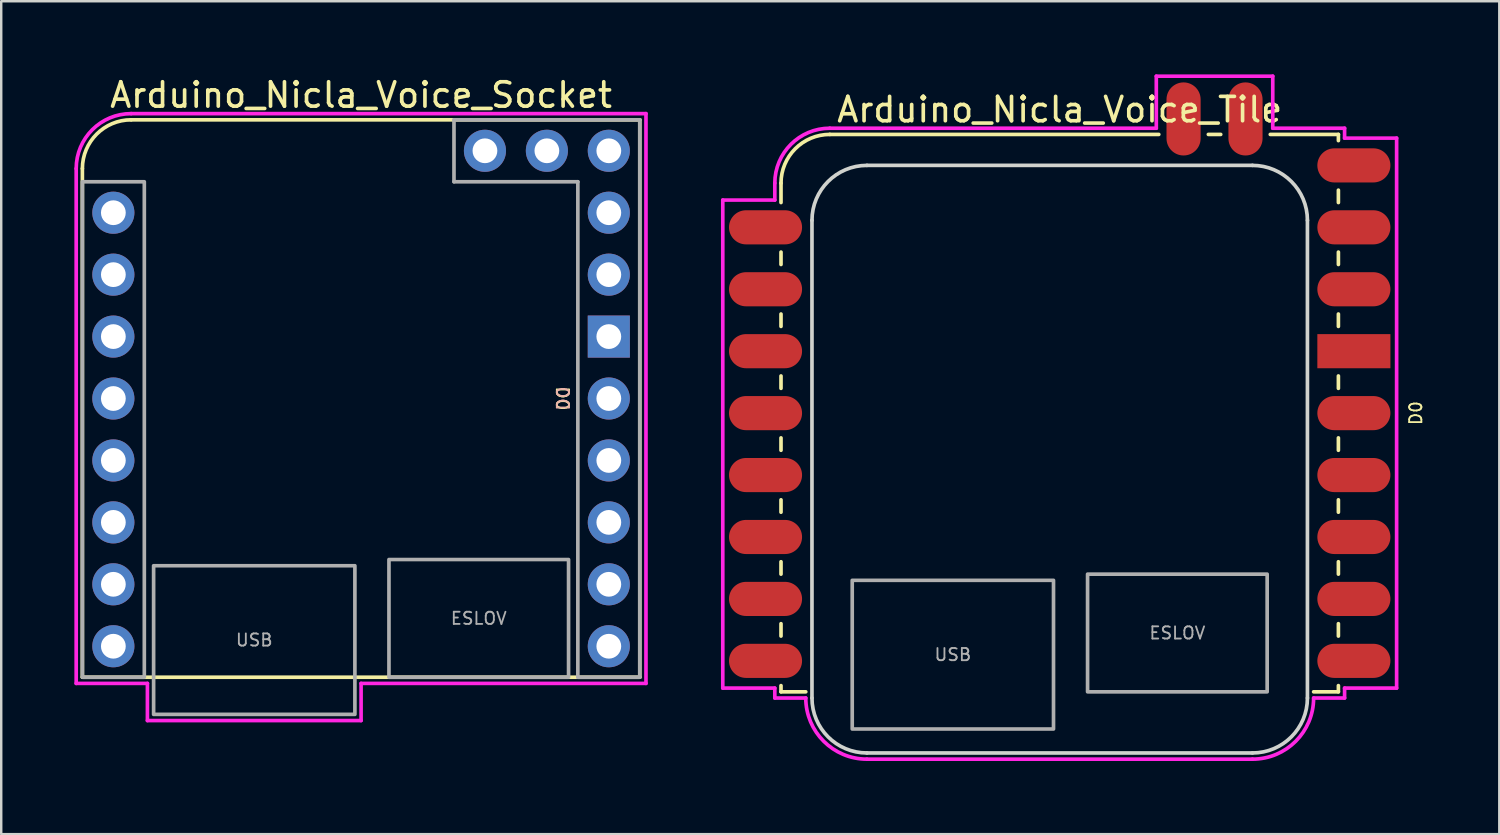
<source format=kicad_pcb>
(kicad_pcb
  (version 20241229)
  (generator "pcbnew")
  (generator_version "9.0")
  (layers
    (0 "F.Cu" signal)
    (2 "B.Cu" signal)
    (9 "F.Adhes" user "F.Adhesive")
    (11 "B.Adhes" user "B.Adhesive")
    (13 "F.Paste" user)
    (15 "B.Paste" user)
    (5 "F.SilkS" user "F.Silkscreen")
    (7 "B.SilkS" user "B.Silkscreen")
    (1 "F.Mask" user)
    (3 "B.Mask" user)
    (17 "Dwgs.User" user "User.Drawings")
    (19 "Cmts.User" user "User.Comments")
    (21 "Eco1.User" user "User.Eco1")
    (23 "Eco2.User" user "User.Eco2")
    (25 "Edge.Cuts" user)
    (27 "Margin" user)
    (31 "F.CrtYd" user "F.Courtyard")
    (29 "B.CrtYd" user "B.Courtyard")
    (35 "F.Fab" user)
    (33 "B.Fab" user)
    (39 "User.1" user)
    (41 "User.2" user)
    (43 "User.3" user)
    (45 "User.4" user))
  (footprint "Arduino_Nicla_Voice_Tile"
    (layer "F.Cu")
    (at 28.981 2.463)
    (property "Reference" "Arduino_Nicla_Voice_Tile" (at 11.43 -1.016 0) (unlocked yes) (layer "F.SilkS") (effects (font (size 1 1) (thickness 0.15))))
    (attr smd)
    (fp_line (start 0 2) (end 0 2.794) (stroke (width 0.15) (type solid)) (layer "F.SilkS"))
    (fp_line (start 0 4.826) (end 0 5.334) (stroke (width 0.15) (type solid)) (layer "F.SilkS"))
    (fp_line (start 0 7.366) (end 0 7.874) (stroke (width 0.15) (type solid)) (layer "F.SilkS"))
    (fp_line (start 0 9.906) (end 0 10.414) (stroke (width 0.15) (type solid)) (layer "F.SilkS"))
    (fp_line (start 0 12.446) (end 0 12.954) (stroke (width 0.15) (type solid)) (layer "F.SilkS"))
    (fp_line (start 0 14.986) (end 0 15.494) (stroke (width 0.15) (type solid)) (layer "F.SilkS"))
    (fp_line (start 0 17.526) (end 0 18.034) (stroke (width 0.15) (type solid)) (layer "F.SilkS"))
    (fp_line (start 0 20.066) (end 0 20.574) (stroke (width 0.15) (type solid)) (layer "F.SilkS"))
    (fp_line (start 0 22.606) (end 0 22.86) (stroke (width 0.15) (type solid)) (layer "F.SilkS"))
    (fp_line (start 0 22.86) (end 1.016 22.86) (stroke (width 0.15) (type solid)) (layer "F.SilkS"))
    (fp_line (start 2 0) (end 15.494 0) (stroke (width 0.15) (type solid)) (layer "F.SilkS"))
    (fp_line (start 17.526 0) (end 18.034 0) (stroke (width 0.15) (type solid)) (layer "F.SilkS"))
    (fp_line (start 20.066 0) (end 22.86 0) (stroke (width 0.15) (type solid)) (layer "F.SilkS"))
    (fp_line (start 21.844 22.86) (end 22.86 22.86) (stroke (width 0.15) (type solid)) (layer "F.SilkS"))
    (fp_line (start 22.86 0) (end 22.86 0.254) (stroke (width 0.15) (type solid)) (layer "F.SilkS"))
    (fp_line (start 22.86 2.286) (end 22.86 2.794) (stroke (width 0.15) (type solid)) (layer "F.SilkS"))
    (fp_line (start 22.86 4.826) (end 22.86 5.334) (stroke (width 0.15) (type solid)) (layer "F.SilkS"))
    (fp_line (start 22.86 7.366) (end 22.86 7.874) (stroke (width 0.15) (type solid)) (layer "F.SilkS"))
    (fp_line (start 22.86 9.906) (end 22.86 10.414) (stroke (width 0.15) (type solid)) (layer "F.SilkS"))
    (fp_line (start 22.86 12.446) (end 22.86 12.954) (stroke (width 0.15) (type solid)) (layer "F.SilkS"))
    (fp_line (start 22.86 14.986) (end 22.86 15.494) (stroke (width 0.15) (type solid)) (layer "F.SilkS"))
    (fp_line (start 22.86 17.526) (end 22.86 18.034) (stroke (width 0.15) (type solid)) (layer "F.SilkS"))
    (fp_line (start 22.86 20.066) (end 22.86 20.574) (stroke (width 0.15) (type solid)) (layer "F.SilkS"))
    (fp_line (start 22.86 22.606) (end 22.86 22.86) (stroke (width 0.15) (type solid)) (layer "F.SilkS"))
    (fp_arc (start 0 2) (mid 0.585786 0.585786) (end 2 0) (stroke (width 0.15) (type solid)) (layer "F.SilkS"))
    (fp_line (start 1.27 23.114) (end 1.27 3.524) (stroke (width 0.15) (type solid)) (layer "Edge.Cuts"))
    (fp_line (start 3.524 1.27) (end 19.336 1.27) (stroke (width 0.15) (type solid)) (layer "Edge.Cuts"))
    (fp_line (start 3.524 25.368) (end 19.336 25.368) (stroke (width 0.15) (type solid)) (layer "Edge.Cuts"))
    (fp_line (start 21.59 3.524) (end 21.59 23.114) (stroke (width 0.15) (type solid)) (layer "Edge.Cuts"))
    (fp_arc (start 1.27 3.524) (mid 1.930181 1.930181) (end 3.524 1.27) (stroke (width 0.15) (type solid)) (layer "Edge.Cuts"))
    (fp_arc (start 3.524 25.368) (mid 1.930181 24.707819) (end 1.27 23.114) (stroke (width 0.15) (type solid)) (layer "Edge.Cuts"))
    (fp_arc (start 19.336 1.27) (mid 20.929819 1.930181) (end 21.59 3.524) (stroke (width 0.15) (type solid)) (layer "Edge.Cuts"))
    (fp_arc (start 21.59 23.114) (mid 20.929819 24.707819) (end 19.336 25.368) (stroke (width 0.15) (type solid)) (layer "Edge.Cuts"))
    (fp_line (start -2.388 2.692) (end -2.388 22.708) (stroke (width 0.15) (type solid)) (layer "F.CrtYd"))
    (fp_line (start -2.388 2.692) (end -0.254 2.692) (stroke (width 0.15) (type solid)) (layer "F.CrtYd"))
    (fp_line (start -2.388 22.708) (end -0.254 22.708) (stroke (width 0.15) (type solid)) (layer "F.CrtYd"))
    (fp_line (start -0.254 2.692) (end -0.254 2) (stroke (width 0.15) (type solid)) (layer "F.CrtYd"))
    (fp_line (start -0.254 22.708) (end -0.254 23.114) (stroke (width 0.15) (type solid)) (layer "F.CrtYd"))
    (fp_line (start -0.254 23.114) (end 1.016 23.114) (stroke (width 0.15) (type solid)) (layer "F.CrtYd"))
    (fp_line (start 3.524 25.622) (end 19.336 25.622) (stroke (width 0.15) (type solid)) (layer "F.CrtYd"))
    (fp_line (start 15.392 -2.388) (end 20.168 -2.388) (stroke (width 0.15) (type solid)) (layer "F.CrtYd"))
    (fp_line (start 15.392 -0.254) (end 2 -0.254) (stroke (width 0.15) (type solid)) (layer "F.CrtYd"))
    (fp_line (start 15.392 -0.254) (end 15.392 -2.388) (stroke (width 0.15) (type solid)) (layer "F.CrtYd"))
    (fp_line (start 20.168 -2.388) (end 20.168 -0.254) (stroke (width 0.15) (type solid)) (layer "F.CrtYd"))
    (fp_line (start 21.844 23.114) (end 23.114 23.114) (stroke (width 0.15) (type solid)) (layer "F.CrtYd"))
    (fp_line (start 23.114 -0.254) (end 20.168 -0.254) (stroke (width 0.15) (type solid)) (layer "F.CrtYd"))
    (fp_line (start 23.114 -0.254) (end 23.114 0.152) (stroke (width 0.15) (type solid)) (layer "F.CrtYd"))
    (fp_line (start 23.114 22.708) (end 23.114 23.114) (stroke (width 0.15) (type solid)) (layer "F.CrtYd"))
    (fp_line (start 25.248 0.152) (end 23.114 0.152) (stroke (width 0.15) (type solid)) (layer "F.CrtYd"))
    (fp_line (start 25.248 0.152) (end 25.248 22.708) (stroke (width 0.15) (type solid)) (layer "F.CrtYd"))
    (fp_line (start 25.248 22.708) (end 23.114 22.708) (stroke (width 0.15) (type solid)) (layer "F.CrtYd"))
    (fp_arc (start -0.254 2) (mid 0.406181 0.406181) (end 2 -0.254) (stroke (width 0.15) (type solid)) (layer "F.CrtYd"))
    (fp_arc (start 3.524 25.622) (mid 1.750576 24.887424) (end 1.016 23.114) (stroke (width 0.15) (type solid)) (layer "F.CrtYd"))
    (fp_arc (start 21.844 23.114) (mid 21.109424 24.887424) (end 19.336 25.622) (stroke (width 0.15) (type solid)) (layer "F.CrtYd"))
    (fp_rect (start 2.921 18.288) (end 11.176 24.385) (stroke (width 0.15) (type solid)) (fill no) (layer "F.Fab"))
    (fp_rect (start 12.573 18.034) (end 19.939 22.86) (stroke (width 0.15) (type solid)) (fill no) (layer "F.Fab"))
    (fp_text user "D0" (at 26.035 11.43 90) (unlocked yes) (layer "F.SilkS") (effects (font (size 0.5 0.5) (thickness 0.075))))
    (fp_text user "ESLOV" (at 16.256 20.447 0) (layer "F.Fab") (effects (font (size 0.5 0.5) (thickness 0.075))))
    (fp_text user "USB" (at 7.048 21.336 0) (layer "F.Fab") (effects (font (size 0.5 0.5) (thickness 0.075))))
    (pad "" smd oval (at -0.635 19.05) (size 2.997 1.4) (layers "F.Cu" "F.Mask" "F.Paste"))
    (pad "" smd oval (at 23.495 3.81) (size 2.997 1.4) (layers "F.Cu" "F.Mask" "F.Paste"))
    (pad "A0" smd oval (at -0.635 3.81) (size 2.997 1.4) (layers "F.Cu" "F.Mask" "F.Paste"))
    (pad "A1" smd oval (at -0.635 6.35) (size 2.997 1.4) (layers "F.Cu" "F.Mask" "F.Paste"))
    (pad "D0" smd oval (at 23.495 11.43) (size 2.997 1.4) (layers "F.Cu" "F.Mask" "F.Paste"))
    (pad "D1" smd oval (at 23.495 13.97) (size 2.997 1.4) (layers "F.Cu" "F.Mask" "F.Paste"))
    (pad "D2" smd oval (at 23.495 16.51) (size 2.997 1.4) (layers "F.Cu" "F.Mask" "F.Paste"))
    (pad "D3" smd oval (at 23.495 19.05) (size 2.997 1.4) (layers "F.Cu" "F.Mask" "F.Paste"))
    (pad "D4" smd oval (at 23.495 21.59) (size 2.997 1.4) (layers "F.Cu" "F.Mask" "F.Paste"))
    (pad "D5" smd oval (at -0.635 21.59) (size 2.997 1.4) (layers "F.Cu" "F.Mask" "F.Paste"))
    (pad "D6" smd oval (at -0.635 16.51) (size 2.997 1.4) (layers "F.Cu" "F.Mask" "F.Paste"))
    (pad "D7" smd oval (at -0.635 11.43) (size 2.997 1.4) (layers "F.Cu" "F.Mask" "F.Paste"))
    (pad "D8" smd oval (at -0.635 13.97) (size 2.997 1.4) (layers "F.Cu" "F.Mask" "F.Paste"))
    (pad "D9" smd oval (at -0.635 8.89) (size 2.997 1.4) (layers "F.Cu" "F.Mask" "F.Paste"))
    (pad "GND" smd rect (at 23.495 8.89) (size 2.997 1.4) (layers "F.Cu" "F.Mask" "F.Paste"))
    (pad "NTC" smd oval (at 19.05 -0.635 90) (size 2.997 1.4) (layers "F.Cu" "F.Mask" "F.Paste"))
    (pad "VBAT" smd oval (at 16.51 -0.635 90) (size 2.997 1.4) (layers "F.Cu" "F.Mask" "F.Paste"))
    (pad "VDIO" smd oval (at 23.495 6.35) (size 2.997 1.4) (layers "F.Cu" "F.Mask" "F.Paste"))
    (pad "VIN" smd oval (at 23.495 1.27) (size 2.997 1.4) (layers "F.Cu" "F.Mask" "F.Paste")))
  (footprint "Arduino_Nicla_Voice_Socket"
    (layer "F.Cu")
    (at 0.329 1.864)
    (property "Reference" "Arduino_Nicla_Voice_Socket" (at 11.43 -1.016 0) (unlocked yes) (layer "F.SilkS") (effects (font (size 1 1) (thickness 0.15))))
    (attr through_hole)
    (fp_line (start 0 22.86) (end 0 2) (stroke (width 0.15) (type solid)) (layer "F.SilkS"))
    (fp_line (start 0 22.86) (end 22.86 22.86) (stroke (width 0.15) (type solid)) (layer "F.SilkS"))
    (fp_line (start 2 0) (end 22.86 0) (stroke (width 0.15) (type solid)) (layer "F.SilkS"))
    (fp_line (start 22.86 0) (end 22.86 22.86) (stroke (width 0.15) (type solid)) (layer "F.SilkS"))
    (fp_arc (start 0 2) (mid 0.585786 0.585786) (end 2 0) (stroke (width 0.15) (type solid)) (layer "F.SilkS"))
    (fp_line (start -0.254 2) (end -0.254 23.114) (stroke (width 0.15) (type solid)) (layer "F.CrtYd"))
    (fp_line (start -0.254 23.114) (end 2.667 23.114) (stroke (width 0.15) (type solid)) (layer "F.CrtYd"))
    (fp_line (start 2.667 23.114) (end 2.667 24.638) (stroke (width 0.15) (type solid)) (layer "F.CrtYd"))
    (fp_line (start 2.667 24.638) (end 11.43 24.638) (stroke (width 0.15) (type solid)) (layer "F.CrtYd"))
    (fp_line (start 11.43 23.114) (end 11.43 24.638) (stroke (width 0.15) (type solid)) (layer "F.CrtYd"))
    (fp_line (start 11.43 23.114) (end 23.114 23.114) (stroke (width 0.15) (type solid)) (layer "F.CrtYd"))
    (fp_line (start 23.114 -0.254) (end 2 -0.254) (stroke (width 0.15) (type solid)) (layer "F.CrtYd"))
    (fp_line (start 23.114 -0.254) (end 23.114 23.114) (stroke (width 0.15) (type solid)) (layer "F.CrtYd"))
    (fp_arc (start -0.254 2) (mid 0.406181 0.406181) (end 2 -0.254) (stroke (width 0.15) (type solid)) (layer "F.CrtYd"))
    (fp_line (start 15.24 0) (end 15.24 2.54) (stroke (width 0.15) (type solid)) (layer "F.Fab"))
    (fp_line (start 15.24 2.54) (end 20.32 2.54) (stroke (width 0.15) (type solid)) (layer "F.Fab"))
    (fp_line (start 20.32 2.54) (end 20.32 22.86) (stroke (width 0.15) (type solid)) (layer "F.Fab"))
    (fp_line (start 20.32 22.86) (end 22.86 22.86) (stroke (width 0.15) (type solid)) (layer "F.Fab"))
    (fp_line (start 22.86 0) (end 15.24 0) (stroke (width 0.15) (type solid)) (layer "F.Fab"))
    (fp_line (start 22.86 22.86) (end 22.86 0) (stroke (width 0.15) (type solid)) (layer "F.Fab"))
    (fp_rect (start 0 2.54) (end 2.54 22.86) (stroke (width 0.15) (type solid)) (fill no) (layer "F.Fab"))
    (fp_rect (start 2.921 18.288) (end 11.176 24.385) (stroke (width 0.15) (type solid)) (fill no) (layer "F.Fab"))
    (fp_rect (start 12.573 18.034) (end 19.939 22.86) (stroke (width 0.15) (type solid)) (fill no) (layer "F.Fab"))
    (fp_text user "D0" (at 19.685 11.43 270) (unlocked yes) (layer "F.SilkS") (effects (font (size 0.5 0.5) (thickness 0.075))))
    (fp_text user "D0" (at 19.685 11.43 270) (unlocked yes) (layer "B.SilkS") (effects (font (size 0.5 0.5) (thickness 0.075)) (justify mirror)))
    (fp_text user "ESLOV" (at 16.256 20.447 0) (layer "F.Fab") (effects (font (size 0.5 0.5) (thickness 0.075))))
    (fp_text user "USB" (at 7.048 21.336 0) (layer "F.Fab") (effects (font (size 0.5 0.5) (thickness 0.075))))
    (pad "" thru_hole circle (at 1.27 19.05) (size 1.727 1.727) (drill 1.016) (layers "*.Cu" "*.Mask"))
    (pad "" thru_hole circle (at 21.59 3.81) (size 1.727 1.727) (drill 1.016) (layers "*.Cu" "*.Mask"))
    (pad "A0" thru_hole circle (at 1.27 3.81) (size 1.727 1.727) (drill 1.016) (layers "*.Cu" "*.Mask"))
    (pad "A1" thru_hole circle (at 1.27 6.35) (size 1.727 1.727) (drill 1.016) (layers "*.Cu" "*.Mask"))
    (pad "D0" thru_hole circle (at 21.59 11.43) (size 1.727 1.727) (drill 1.016) (layers "*.Cu" "*.Mask"))
    (pad "D1" thru_hole circle (at 21.59 13.97) (size 1.727 1.727) (drill 1.016) (layers "*.Cu" "*.Mask"))
    (pad "D2" thru_hole circle (at 21.59 16.51) (size 1.727 1.727) (drill 1.016) (layers "*.Cu" "*.Mask"))
    (pad "D3" thru_hole circle (at 21.59 19.05) (size 1.727 1.727) (drill 1.016) (layers "*.Cu" "*.Mask"))
    (pad "D4" thru_hole circle (at 21.59 21.59) (size 1.727 1.727) (drill 1.016) (layers "*.Cu" "*.Mask"))
    (pad "D5" thru_hole circle (at 1.27 21.59) (size 1.727 1.727) (drill 1.016) (layers "*.Cu" "*.Mask"))
    (pad "D6" thru_hole circle (at 1.27 16.51) (size 1.727 1.727) (drill 1.016) (layers "*.Cu" "*.Mask"))
    (pad "D7" thru_hole circle (at 1.27 11.43) (size 1.727 1.727) (drill 1.016) (layers "*.Cu" "*.Mask"))
    (pad "D8" thru_hole circle (at 1.27 13.97) (size 1.727 1.727) (drill 1.016) (layers "*.Cu" "*.Mask"))
    (pad "D9" thru_hole circle (at 1.27 8.89) (size 1.727 1.727) (drill 1.016) (layers "*.Cu" "*.Mask"))
    (pad "GND" thru_hole rect (at 21.59 8.89) (size 1.727 1.727) (drill 1.016) (layers "*.Cu" "*.Mask"))
    (pad "NTC" thru_hole circle (at 19.05 1.27) (size 1.727 1.727) (drill 1.016) (layers "*.Cu" "*.Mask"))
    (pad "VBAT" thru_hole circle (at 16.51 1.27) (size 1.727 1.727) (drill 1.016) (layers "*.Cu" "*.Mask"))
    (pad "VDIO" thru_hole circle (at 21.59 6.35) (size 1.727 1.727) (drill 1.016) (layers "*.Cu" "*.Mask"))
    (pad "VIN" thru_hole circle (at 21.59 1.27) (size 1.727 1.727) (drill 1.016) (layers "*.Cu" "*.Mask")))
  (gr_rect
    (start -3 -3)
    (end 58.44 31.16)
    (stroke (width 0.1) (type default))
    (fill no)
    (layer "Edge.Cuts")))
</source>
